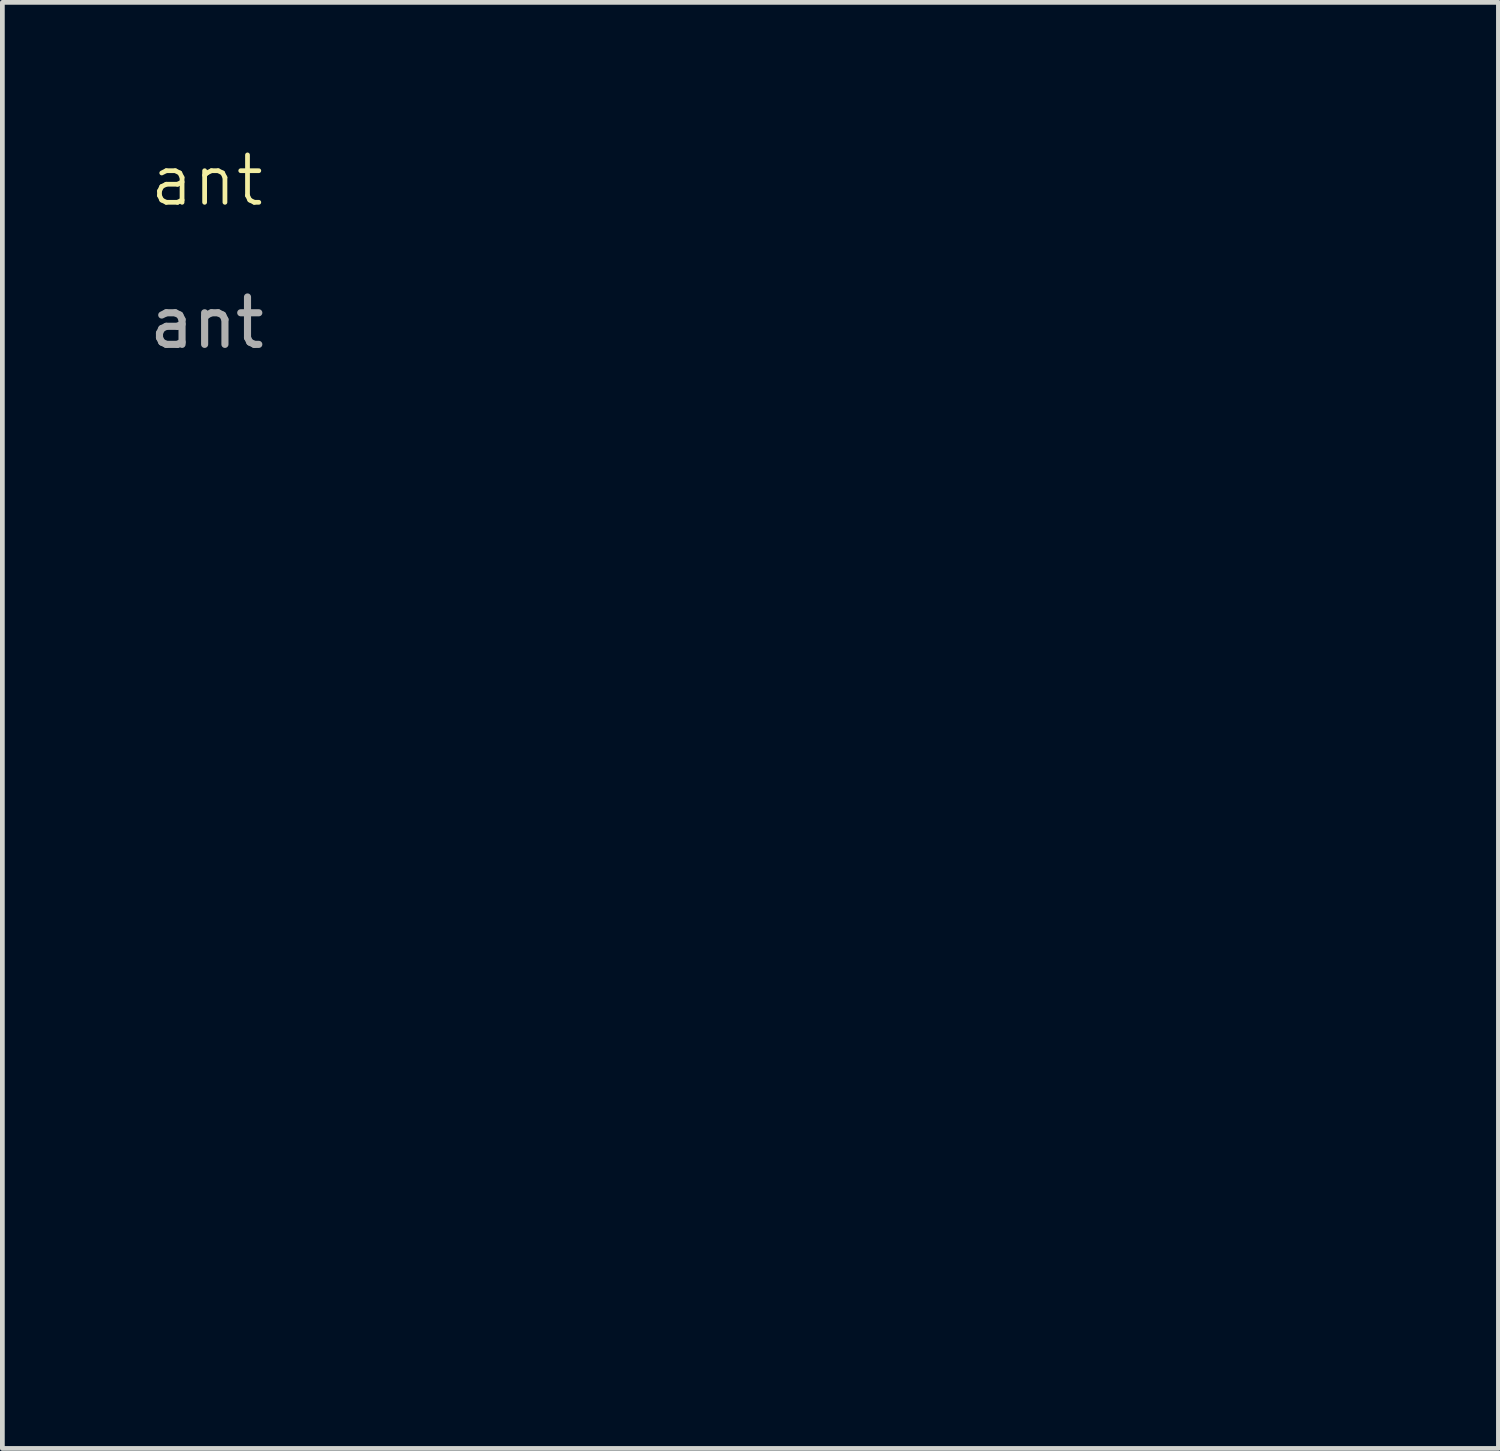
<source format=kicad_pcb>
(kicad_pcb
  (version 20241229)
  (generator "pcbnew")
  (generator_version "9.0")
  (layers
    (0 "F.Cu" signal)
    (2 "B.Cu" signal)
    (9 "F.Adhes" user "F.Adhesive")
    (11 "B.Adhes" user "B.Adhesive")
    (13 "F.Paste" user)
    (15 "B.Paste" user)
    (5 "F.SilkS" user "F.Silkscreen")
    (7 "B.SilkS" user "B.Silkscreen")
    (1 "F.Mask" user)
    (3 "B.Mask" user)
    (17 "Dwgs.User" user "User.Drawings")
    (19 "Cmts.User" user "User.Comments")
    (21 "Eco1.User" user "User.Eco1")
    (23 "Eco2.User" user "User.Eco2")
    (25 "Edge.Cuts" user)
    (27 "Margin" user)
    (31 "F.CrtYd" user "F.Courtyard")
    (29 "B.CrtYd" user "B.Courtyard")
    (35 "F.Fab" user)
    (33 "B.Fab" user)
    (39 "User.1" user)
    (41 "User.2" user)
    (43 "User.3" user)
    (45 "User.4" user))
  (footprint "ant"
    (layer "F.Cu")
    (at 25.315 24.261)
    (property "Reference" "ant" (at -24 -23.5 0) (unlocked yes) (layer "F.SilkS") (effects (font (size 1 1) (thickness 0.1))))
    (attr smd)
    (fp_text user "${REFERENCE}" (at -24 -20.5 0) (unlocked yes) (layer "F.Fab") (effects (font (size 1 1) (thickness 0.15)))))
  (gr_rect
    (start -3 -3)
    (end 28.565 27.511)
    (stroke (width 0.1) (type default))
    (fill no)
    (layer "Edge.Cuts")))
</source>
